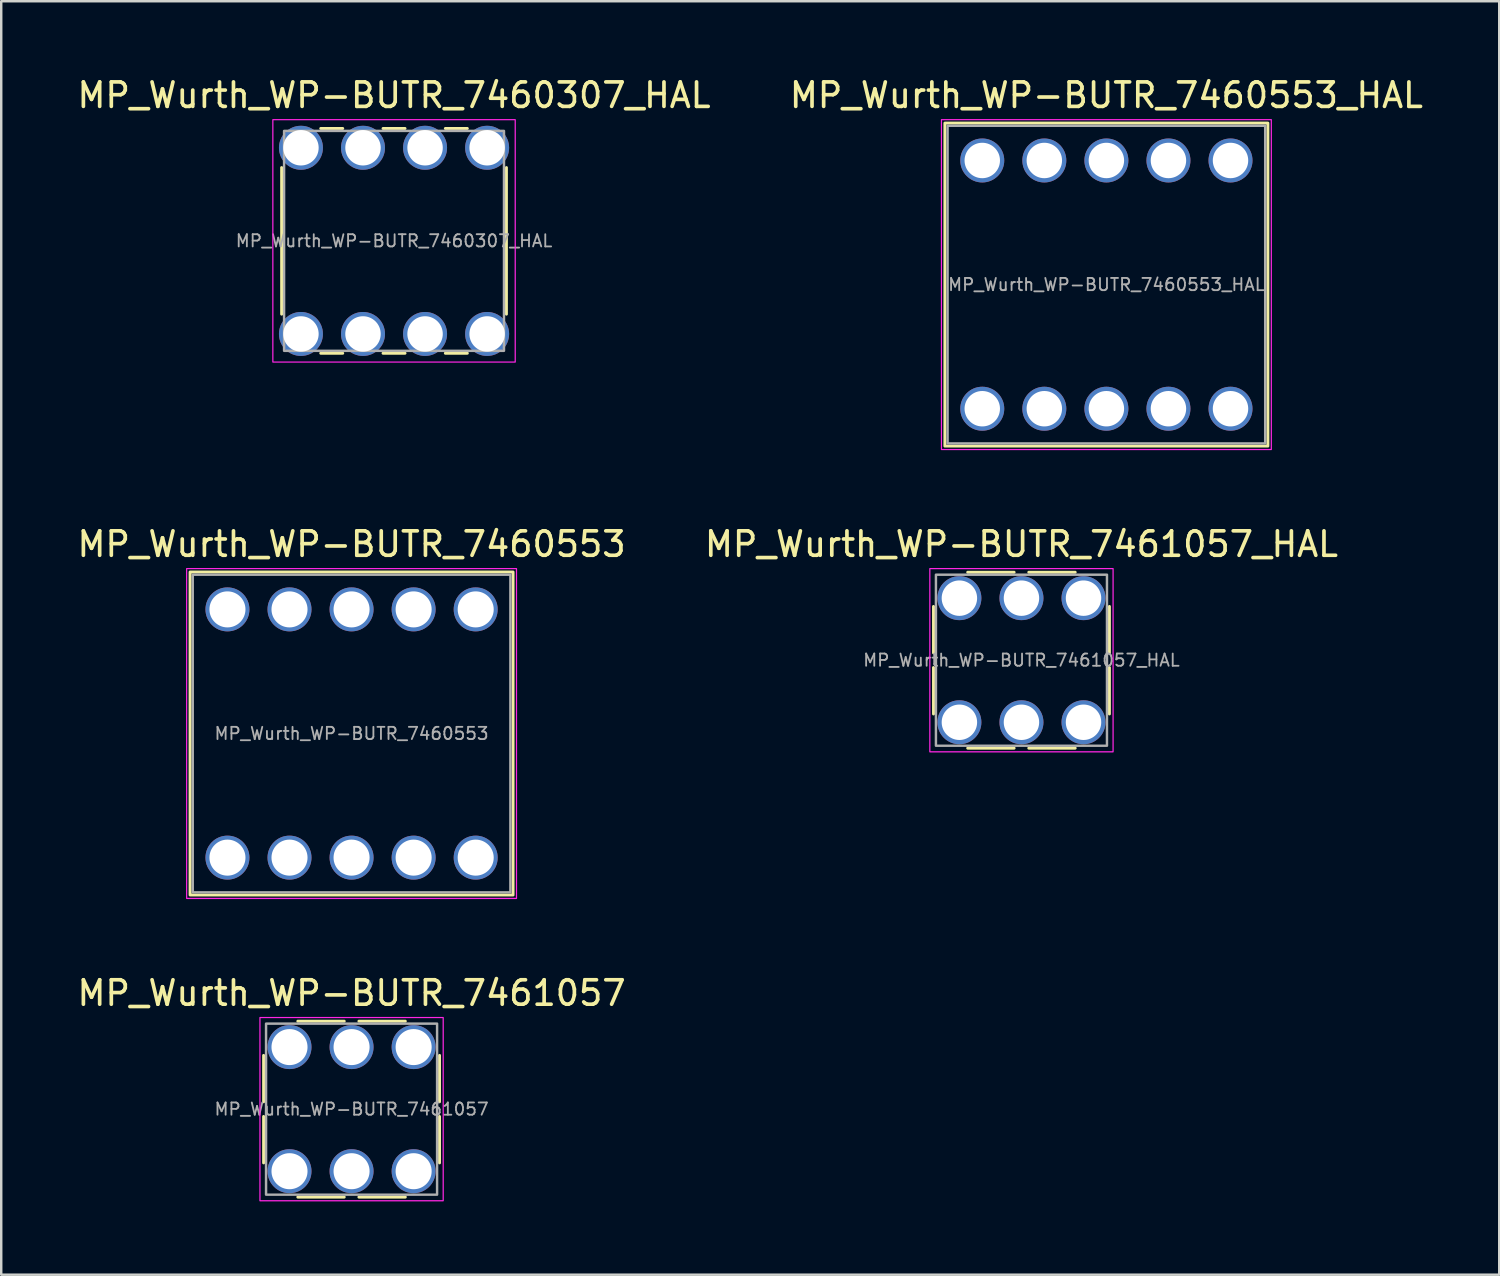
<source format=kicad_pcb>
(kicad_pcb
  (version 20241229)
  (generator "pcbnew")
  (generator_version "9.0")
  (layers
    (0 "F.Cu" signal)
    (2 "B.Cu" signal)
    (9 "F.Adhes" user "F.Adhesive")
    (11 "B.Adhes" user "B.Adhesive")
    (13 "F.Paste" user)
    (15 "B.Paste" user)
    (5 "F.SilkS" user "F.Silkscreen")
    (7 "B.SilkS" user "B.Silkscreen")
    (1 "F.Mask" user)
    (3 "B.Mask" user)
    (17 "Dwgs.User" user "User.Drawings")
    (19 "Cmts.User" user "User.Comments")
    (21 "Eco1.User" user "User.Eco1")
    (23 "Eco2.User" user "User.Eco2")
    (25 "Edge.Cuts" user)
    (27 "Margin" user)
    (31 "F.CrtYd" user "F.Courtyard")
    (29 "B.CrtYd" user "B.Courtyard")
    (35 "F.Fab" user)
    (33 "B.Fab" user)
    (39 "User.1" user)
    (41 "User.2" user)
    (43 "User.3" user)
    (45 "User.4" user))
  (footprint "MP_Wurth_WP-BUTR_7461057"
    (layer "F.Cu")
    (at 11.339 42.345)
    (property "Reference" "MP_Wurth_WP-BUTR_7461057" (at 0 -4.75 0) (unlocked yes) (layer "F.SilkS") (effects (font (size 1 1) (thickness 0.15))))
    (attr through_hole)
    (fp_line (start -3.6 -0.3) (end -3.6 -2.2) (stroke (width 0.12) (type solid)) (layer "F.SilkS"))
    (fp_line (start -3.6 2.2) (end -3.6 0.3) (stroke (width 0.12) (type solid)) (layer "F.SilkS"))
    (fp_line (start -2.2 -3.6) (end -0.3 -3.6) (stroke (width 0.12) (type solid)) (layer "F.SilkS"))
    (fp_line (start -0.3 3.6) (end -2.2 3.6) (stroke (width 0.12) (type solid)) (layer "F.SilkS"))
    (fp_line (start 0.3 -3.6) (end 2.2 -3.6) (stroke (width 0.12) (type solid)) (layer "F.SilkS"))
    (fp_line (start 2.2 3.6) (end 0.3 3.6) (stroke (width 0.12) (type solid)) (layer "F.SilkS"))
    (fp_line (start 3.6 -2.2) (end 3.6 -0.3) (stroke (width 0.12) (type solid)) (layer "F.SilkS"))
    (fp_line (start 3.6 0.3) (end 3.6 2.2) (stroke (width 0.12) (type solid)) (layer "F.SilkS"))
    (fp_rect (start -3.75 -3.75) (end 3.75 3.75) (stroke (width 0.05) (type solid)) (fill no) (layer "F.CrtYd"))
    (fp_rect (start -3.5 -3.5) (end 3.5 3.5) (stroke (width 0.1) (type solid)) (fill no) (layer "F.Fab"))
    (fp_text user "${REFERENCE}" (at 0 0 0) (unlocked yes) (layer "F.Fab") (effects (font (size 0.5 0.5) (thickness 0.075))))
    (pad "1" thru_hole circle (at -2.54 -2.54) (size 1.8 1.8) (drill 1.475) (layers "*.Cu" "*.Mask"))
    (pad "1" thru_hole circle (at -2.54 2.54) (size 1.8 1.8) (drill 1.475) (layers "*.Cu" "*.Mask"))
    (pad "1" thru_hole circle (at 0 -2.54) (size 1.8 1.8) (drill 1.475) (layers "*.Cu" "*.Mask"))
    (pad "1" thru_hole circle (at 0 2.54) (size 1.8 1.8) (drill 1.475) (layers "*.Cu" "*.Mask"))
    (pad "1" thru_hole circle (at 2.54 -2.54) (size 1.8 1.8) (drill 1.475) (layers "*.Cu" "*.Mask"))
    (pad "1" thru_hole circle (at 2.54 2.54) (size 1.8 1.8) (drill 1.475) (layers "*.Cu" "*.Mask")))
  (footprint "MP_Wurth_WP-BUTR_7460553_HAL"
    (layer "F.Cu")
    (at 42.232 8.598)
    (property "Reference" "MP_Wurth_WP-BUTR_7460553_HAL" (at 0 -7.75 0) (unlocked yes) (layer "F.SilkS") (effects (font (size 1 1) (thickness 0.15))))
    (attr through_hole)
    (fp_rect (start -6.61 -6.61) (end 6.61 6.61) (stroke (width 0.12) (type solid)) (fill no) (layer "F.SilkS"))
    (fp_rect (start -6.75 -6.75) (end 6.75 6.75) (stroke (width 0.05) (type solid)) (fill no) (layer "F.CrtYd"))
    (fp_rect (start -6.5 -6.5) (end 6.5 6.5) (stroke (width 0.1) (type solid)) (fill no) (layer "F.Fab"))
    (fp_text user "${REFERENCE}" (at 0 0 0) (unlocked yes) (layer "F.Fab") (effects (font (size 0.5 0.5) (thickness 0.075))))
    (pad "1" thru_hole circle (at -5.08 -5.08) (size 1.8 1.8) (drill 1.45) (layers "*.Cu" "*.Mask"))
    (pad "1" thru_hole circle (at -5.08 5.08) (size 1.8 1.8) (drill 1.45) (layers "*.Cu" "*.Mask"))
    (pad "1" thru_hole circle (at -2.54 -5.08) (size 1.8 1.8) (drill 1.45) (layers "*.Cu" "*.Mask"))
    (pad "1" thru_hole circle (at -2.54 5.08) (size 1.8 1.8) (drill 1.45) (layers "*.Cu" "*.Mask"))
    (pad "1" thru_hole circle (at 0 -5.08) (size 1.8 1.8) (drill 1.45) (layers "*.Cu" "*.Mask"))
    (pad "1" thru_hole circle (at 0 5.08) (size 1.8 1.8) (drill 1.45) (layers "*.Cu" "*.Mask"))
    (pad "1" thru_hole circle (at 2.54 -5.08) (size 1.8 1.8) (drill 1.45) (layers "*.Cu" "*.Mask"))
    (pad "1" thru_hole circle (at 2.54 5.08) (size 1.8 1.8) (drill 1.45) (layers "*.Cu" "*.Mask"))
    (pad "1" thru_hole circle (at 5.08 -5.08) (size 1.8 1.8) (drill 1.45) (layers "*.Cu" "*.Mask"))
    (pad "1" thru_hole circle (at 5.08 5.08) (size 1.8 1.8) (drill 1.45) (layers "*.Cu" "*.Mask")))
  (footprint "MP_Wurth_WP-BUTR_7460307_HAL"
    (layer "F.Cu")
    (at 13.077 6.808)
    (property "Reference" "MP_Wurth_WP-BUTR_7460307_HAL" (at 0 -5.96 0) (unlocked yes) (layer "F.SilkS") (effects (font (size 1 1) (thickness 0.15))))
    (attr through_hole)
    (fp_line (start -4.6 3) (end -4.6 -3) (stroke (width 0.12) (type solid)) (layer "F.SilkS"))
    (fp_line (start -3 -4.6) (end -2.1 -4.6) (stroke (width 0.12) (type solid)) (layer "F.SilkS"))
    (fp_line (start -2.1 4.6) (end -3 4.6) (stroke (width 0.12) (type solid)) (layer "F.SilkS"))
    (fp_line (start -0.45 -4.6) (end 0.45 -4.6) (stroke (width 0.12) (type solid)) (layer "F.SilkS"))
    (fp_line (start 0.45 4.6) (end -0.45 4.6) (stroke (width 0.12) (type solid)) (layer "F.SilkS"))
    (fp_line (start 2.1 -4.6) (end 3 -4.6) (stroke (width 0.12) (type solid)) (layer "F.SilkS"))
    (fp_line (start 3 4.6) (end 2.1 4.6) (stroke (width 0.12) (type solid)) (layer "F.SilkS"))
    (fp_line (start 4.6 -3) (end 4.6 3) (stroke (width 0.12) (type solid)) (layer "F.SilkS"))
    (fp_rect (start -4.96 -4.96) (end 4.96 4.96) (stroke (width 0.05) (type solid)) (fill no) (layer "F.CrtYd"))
    (fp_rect (start -4.5 -4.5) (end 4.5 4.5) (stroke (width 0.1) (type solid)) (fill no) (layer "F.Fab"))
    (fp_text user "${REFERENCE}" (at 0 0 0) (unlocked yes) (layer "F.Fab") (effects (font (size 0.5 0.5) (thickness 0.075))))
    (pad "1" thru_hole circle (at -3.81 -3.81) (size 1.8 1.8) (drill 1.45) (layers "*.Cu" "*.Mask"))
    (pad "1" thru_hole circle (at -3.81 3.81) (size 1.8 1.8) (drill 1.45) (layers "*.Cu" "*.Mask"))
    (pad "1" thru_hole circle (at -1.27 -3.81) (size 1.8 1.8) (drill 1.45) (layers "*.Cu" "*.Mask"))
    (pad "1" thru_hole circle (at -1.27 3.81) (size 1.8 1.8) (drill 1.45) (layers "*.Cu" "*.Mask"))
    (pad "1" thru_hole circle (at 1.27 -3.81) (size 1.8 1.8) (drill 1.45) (layers "*.Cu" "*.Mask"))
    (pad "1" thru_hole circle (at 1.27 3.81) (size 1.8 1.8) (drill 1.45) (layers "*.Cu" "*.Mask"))
    (pad "1" thru_hole circle (at 3.81 -3.81) (size 1.8 1.8) (drill 1.45) (layers "*.Cu" "*.Mask"))
    (pad "1" thru_hole circle (at 3.81 3.81) (size 1.8 1.8) (drill 1.45) (layers "*.Cu" "*.Mask")))
  (footprint "MP_Wurth_WP-BUTR_7461057_HAL"
    (layer "F.Cu")
    (at 38.756 23.971)
    (property "Reference" "MP_Wurth_WP-BUTR_7461057_HAL" (at 0 -4.75 0) (unlocked yes) (layer "F.SilkS") (effects (font (size 1 1) (thickness 0.15))))
    (attr through_hole)
    (fp_line (start -3.6 -0.3) (end -3.6 -2.2) (stroke (width 0.12) (type solid)) (layer "F.SilkS"))
    (fp_line (start -3.6 2.2) (end -3.6 0.3) (stroke (width 0.12) (type solid)) (layer "F.SilkS"))
    (fp_line (start -2.2 -3.6) (end -0.3 -3.6) (stroke (width 0.12) (type solid)) (layer "F.SilkS"))
    (fp_line (start -0.3 3.6) (end -2.2 3.6) (stroke (width 0.12) (type solid)) (layer "F.SilkS"))
    (fp_line (start 0.3 -3.6) (end 2.2 -3.6) (stroke (width 0.12) (type solid)) (layer "F.SilkS"))
    (fp_line (start 2.2 3.6) (end 0.3 3.6) (stroke (width 0.12) (type solid)) (layer "F.SilkS"))
    (fp_line (start 3.6 -2.2) (end 3.6 -0.3) (stroke (width 0.12) (type solid)) (layer "F.SilkS"))
    (fp_line (start 3.6 0.3) (end 3.6 2.2) (stroke (width 0.12) (type solid)) (layer "F.SilkS"))
    (fp_rect (start -3.75 -3.75) (end 3.75 3.75) (stroke (width 0.05) (type solid)) (fill no) (layer "F.CrtYd"))
    (fp_rect (start -3.5 -3.5) (end 3.5 3.5) (stroke (width 0.1) (type solid)) (fill no) (layer "F.Fab"))
    (fp_text user "${REFERENCE}" (at 0 0 0) (unlocked yes) (layer "F.Fab") (effects (font (size 0.5 0.5) (thickness 0.075))))
    (pad "1" thru_hole circle (at -2.54 -2.54) (size 1.8 1.8) (drill 1.45) (layers "*.Cu" "*.Mask"))
    (pad "1" thru_hole circle (at -2.54 2.54) (size 1.8 1.8) (drill 1.45) (layers "*.Cu" "*.Mask"))
    (pad "1" thru_hole circle (at 0 -2.54) (size 1.8 1.8) (drill 1.45) (layers "*.Cu" "*.Mask"))
    (pad "1" thru_hole circle (at 0 2.54) (size 1.8 1.8) (drill 1.45) (layers "*.Cu" "*.Mask"))
    (pad "1" thru_hole circle (at 2.54 -2.54) (size 1.8 1.8) (drill 1.45) (layers "*.Cu" "*.Mask"))
    (pad "1" thru_hole circle (at 2.54 2.54) (size 1.8 1.8) (drill 1.45) (layers "*.Cu" "*.Mask")))
  (footprint "MP_Wurth_WP-BUTR_7460553"
    (layer "F.Cu")
    (at 11.339 26.971)
    (property "Reference" "MP_Wurth_WP-BUTR_7460553" (at 0 -7.75 0) (unlocked yes) (layer "F.SilkS") (effects (font (size 1 1) (thickness 0.15))))
    (attr through_hole)
    (fp_rect (start -6.61 -6.61) (end 6.61 6.61) (stroke (width 0.12) (type solid)) (fill no) (layer "F.SilkS"))
    (fp_rect (start -6.75 -6.75) (end 6.75 6.75) (stroke (width 0.05) (type solid)) (fill no) (layer "F.CrtYd"))
    (fp_rect (start -6.5 -6.5) (end 6.5 6.5) (stroke (width 0.1) (type solid)) (fill no) (layer "F.Fab"))
    (fp_text user "${REFERENCE}" (at 0 0 0) (unlocked yes) (layer "F.Fab") (effects (font (size 0.5 0.5) (thickness 0.075))))
    (pad "1" thru_hole circle (at -5.08 -5.08) (size 1.8 1.8) (drill 1.475) (layers "*.Cu" "*.Mask"))
    (pad "1" thru_hole circle (at -5.08 5.08) (size 1.8 1.8) (drill 1.475) (layers "*.Cu" "*.Mask"))
    (pad "1" thru_hole circle (at -2.54 -5.08) (size 1.8 1.8) (drill 1.475) (layers "*.Cu" "*.Mask"))
    (pad "1" thru_hole circle (at -2.54 5.08) (size 1.8 1.8) (drill 1.475) (layers "*.Cu" "*.Mask"))
    (pad "1" thru_hole circle (at 0 -5.08) (size 1.8 1.8) (drill 1.475) (layers "*.Cu" "*.Mask"))
    (pad "1" thru_hole circle (at 0 5.08) (size 1.8 1.8) (drill 1.475) (layers "*.Cu" "*.Mask"))
    (pad "1" thru_hole circle (at 2.54 -5.08) (size 1.8 1.8) (drill 1.475) (layers "*.Cu" "*.Mask"))
    (pad "1" thru_hole circle (at 2.54 5.08) (size 1.8 1.8) (drill 1.475) (layers "*.Cu" "*.Mask"))
    (pad "1" thru_hole circle (at 5.08 -5.08) (size 1.8 1.8) (drill 1.475) (layers "*.Cu" "*.Mask"))
    (pad "1" thru_hole circle (at 5.08 5.08) (size 1.8 1.8) (drill 1.475) (layers "*.Cu" "*.Mask")))
  (gr_rect
    (start -3 -3)
    (end 58.31 49.12)
    (stroke (width 0.1) (type default))
    (fill no)
    (layer "Edge.Cuts")))
</source>
